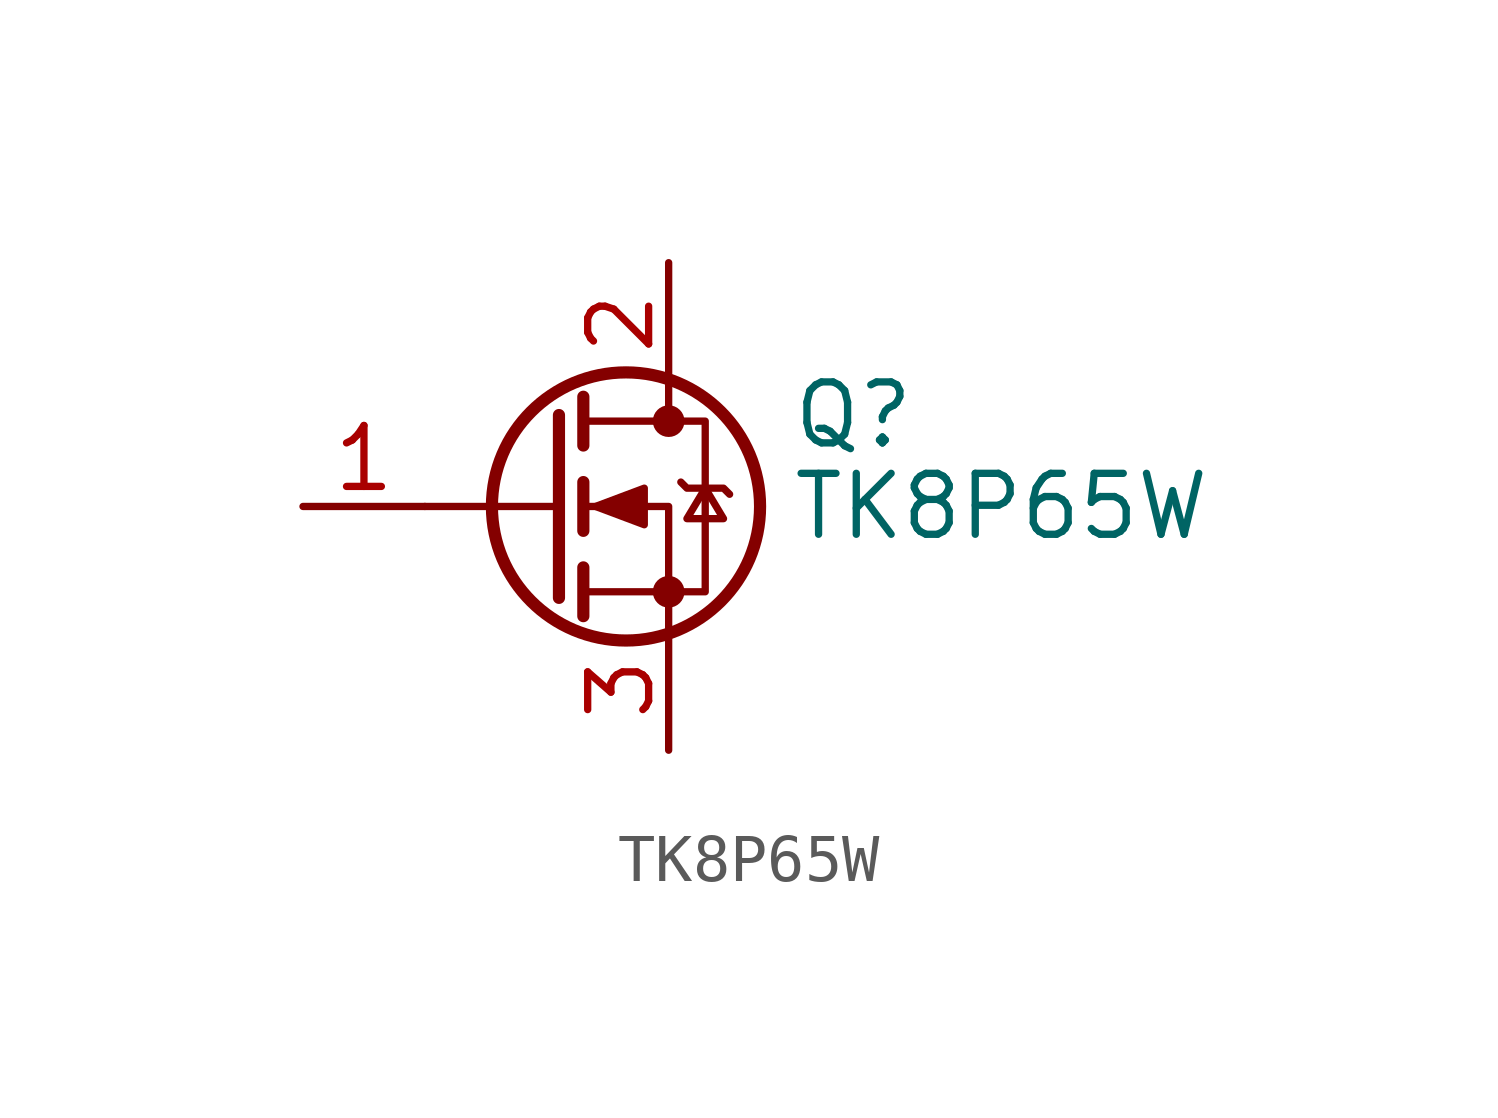
<source format=kicad_sym>
(kicad_symbol_lib
  (version 20220914)
  (generator kicad_symbol_editor)
  (symbol "TK8P65W"
    (pin_names hide)
    (property "Reference" "Q"
      (at 5.08 1.905 0)
      (effects (font (size 1.27 1.27)) (justify left)))
    (property "Value" "TK8P65W"
      (at 5.08 0 0)
      (effects (font (size 1.27 1.27)) (justify left)))
    (symbol "TK8P65W_0_1"
      (polyline (pts (xy 0.254 0) (xy -2.54 0)) (stroke (width 0) (type solid)) (fill (type none)))
      (polyline (pts (xy 0.254 1.905) (xy 0.254 -1.905)) (stroke (width 0.254) (type solid)) (fill (type none)))
      (polyline (pts (xy 0.762 -1.27) (xy 0.762 -2.286)) (stroke (width 0.254) (type solid)) (fill (type none)))
      (polyline (pts (xy 0.762 0.508) (xy 0.762 -0.508)) (stroke (width 0.254) (type solid)) (fill (type none)))
      (polyline (pts (xy 0.762 2.286) (xy 0.762 1.27)) (stroke (width 0.254) (type solid)) (fill (type none)))
      (polyline (pts (xy 2.54 2.54) (xy 2.54 1.778)) (stroke (width 0) (type solid)) (fill (type none)))
      (polyline (pts (xy 2.54 -2.54) (xy 2.54 0) (xy 0.762 0)) (stroke (width 0) (type solid)) (fill (type none)))
      (polyline (pts (xy 0.762 -1.778) (xy 3.302 -1.778) (xy 3.302 1.778) (xy 0.762 1.778)) (stroke (width 0) (type solid)) (fill (type none)))
      (polyline (pts (xy 1.016 0) (xy 2.032 0.381) (xy 2.032 -0.381) (xy 1.016 0)) (stroke (width 0) (type solid)) (fill (type outline)))
      (polyline (pts (xy 2.794 0.508) (xy 2.921 0.381) (xy 3.683 0.381) (xy 3.81 0.254)) (stroke (width 0) (type solid)) (fill (type none)))
      (polyline (pts (xy 3.302 0.381) (xy 2.921 -0.254) (xy 3.683 -0.254) (xy 3.302 0.381)) (stroke (width 0) (type solid)) (fill (type none)))
      (circle (center 1.651 0) (radius 2.794) (stroke (width 0.254) (type solid)) (fill (type none)))
      (circle (center 2.54 -1.778) (radius 0.254) (stroke (width 0) (type solid)) (fill (type outline)))
      (circle (center 2.54 1.778) (radius 0.254) (stroke (width 0) (type solid)) (fill (type outline))))
    (symbol "TK8P65W_1_1"
      (pin input line (at -5.08 0 0) (length 2.54) (name "G" (effects (font (size 1.27 1.27)))) (number "1" (effects (font (size 1.27 1.27)))))
      (pin passive line (at 2.54 5.08 270) (length 2.54) (name "D" (effects (font (size 1.27 1.27)))) (number "2" (effects (font (size 1.27 1.27)))))
      (pin passive line (at 2.54 -5.08 90) (length 2.54) (name "S" (effects (font (size 1.27 1.27)))) (number "3" (effects (font (size 1.27 1.27))))))))
</source>
